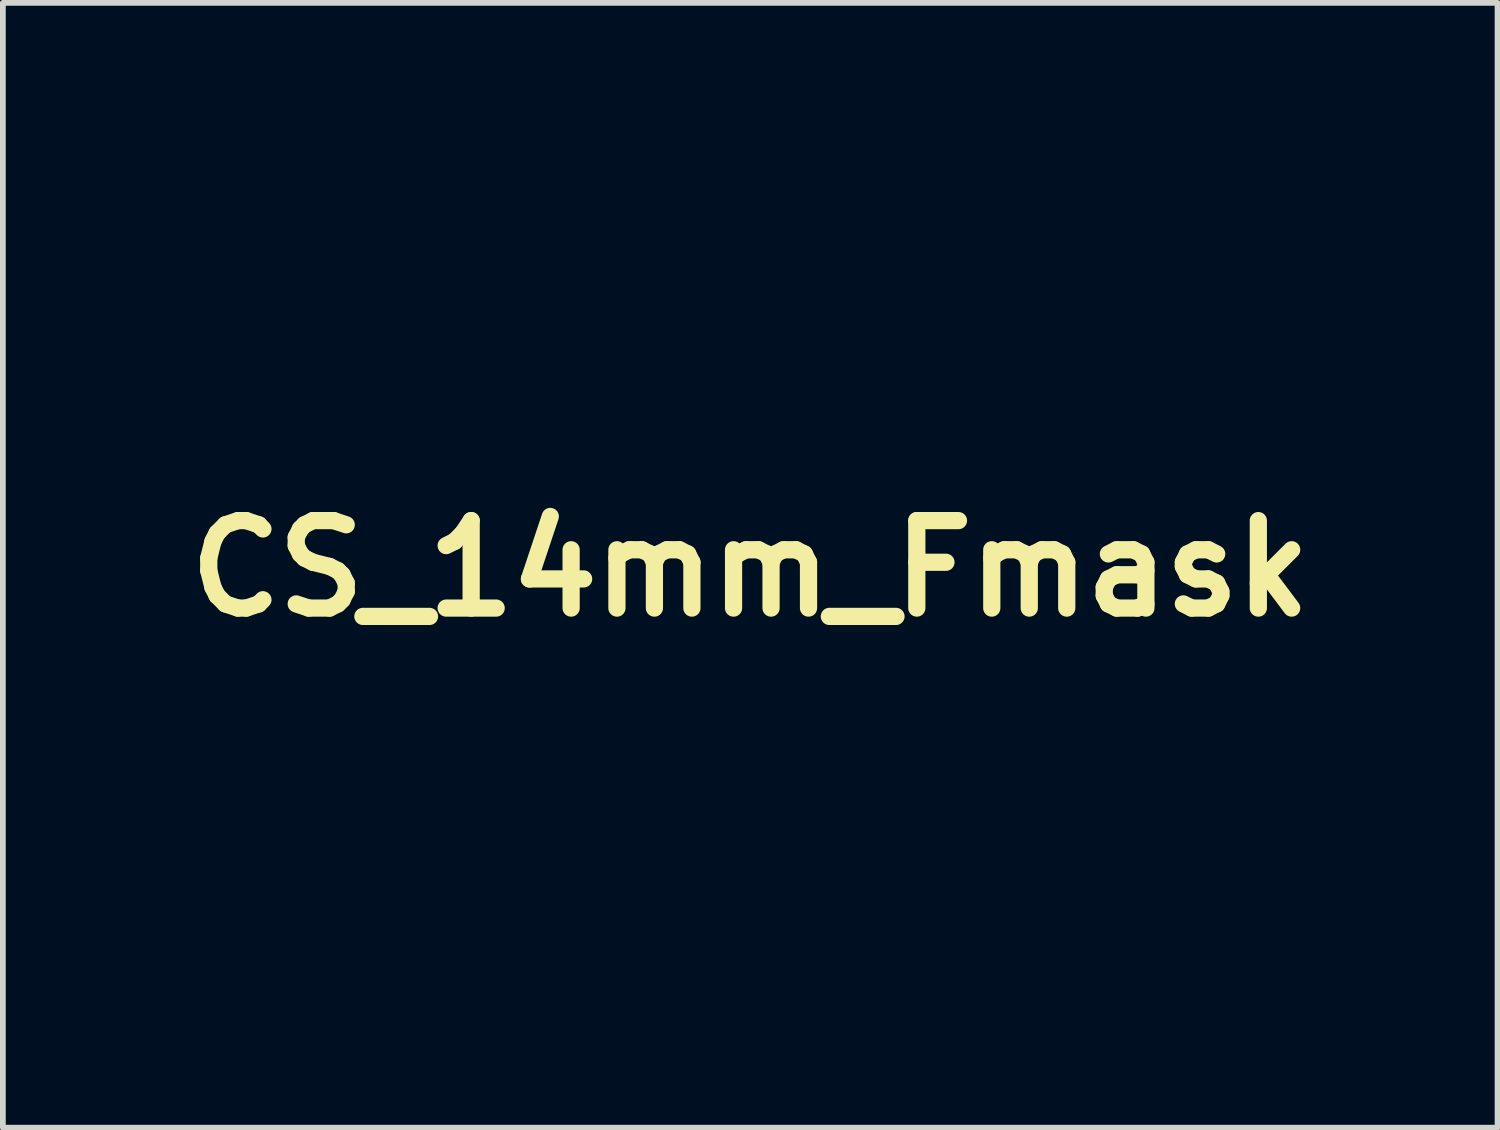
<source format=kicad_pcb>
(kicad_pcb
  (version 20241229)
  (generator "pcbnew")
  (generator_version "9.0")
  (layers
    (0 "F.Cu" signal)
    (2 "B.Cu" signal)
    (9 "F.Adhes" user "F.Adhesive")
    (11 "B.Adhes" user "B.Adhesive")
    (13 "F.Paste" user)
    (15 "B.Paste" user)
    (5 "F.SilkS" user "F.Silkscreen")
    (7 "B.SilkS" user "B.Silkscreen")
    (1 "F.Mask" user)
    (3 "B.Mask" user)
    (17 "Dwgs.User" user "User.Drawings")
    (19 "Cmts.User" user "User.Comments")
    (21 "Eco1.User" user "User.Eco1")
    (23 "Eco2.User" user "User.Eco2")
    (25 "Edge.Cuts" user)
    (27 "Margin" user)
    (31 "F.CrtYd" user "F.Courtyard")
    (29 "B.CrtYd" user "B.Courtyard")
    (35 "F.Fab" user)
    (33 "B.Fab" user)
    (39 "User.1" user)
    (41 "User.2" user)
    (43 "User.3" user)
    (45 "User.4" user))
  (footprint "CS_14mm_Fmask"
    (layer "F.Cu")
    (at 10.022 6.856)
    (property "Reference" "CS_14mm_Fmask" (at 0 0 0) (layer "F.SilkS") (effects (font (size 1.524 1.524) (thickness 0.3))))
    (attr through_hole)
    (fp_poly (pts (xy 4.249 0.185) (xy 4.229 0.356) (xy 4.217 0.503) (xy 4.216 0.54) (xy 4.21 0.602) (xy 4.181 0.638) (xy 4.112 0.651) (xy 3.987 0.642) (xy 3.792 0.61) (xy 3.589 0.572) (xy 3.19 0.496) (xy 3.221 0.343) (xy 3.243 0.188) (xy 3.251 0.07) (xy 3.255 0.015) (xy 3.279 -0.02) (xy 3.34 -0.039) (xy 3.459 -0.048) (xy 3.652 -0.051) (xy 3.766 -0.051) (xy 4.281 -0.051) (xy 4.249 0.185)) (stroke (width 0.01) (type solid)) (fill yes) (layer "F.Mask"))
    (fp_poly (pts (xy 3.174 0.982) (xy 3.306 1.025) (xy 3.475 1.085) (xy 3.656 1.152) (xy 3.822 1.217) (xy 3.949 1.271) (xy 4.011 1.303) (xy 4.013 1.307) (xy 3.991 1.386) (xy 3.936 1.515) (xy 3.863 1.662) (xy 3.787 1.8) (xy 3.723 1.898) (xy 3.689 1.93) (xy 3.622 1.905) (xy 3.492 1.839) (xy 3.323 1.745) (xy 3.251 1.703) (xy 3.081 1.597) (xy 2.951 1.507) (xy 2.881 1.449) (xy 2.874 1.436) (xy 2.88 1.416) (xy 2.946 1.416) (xy 2.988 1.462) (xy 3.098 1.54) (xy 3.256 1.637) (xy 3.315 1.67) (xy 3.683 1.874) (xy 3.818 1.61) (xy 3.887 1.467) (xy 3.93 1.364) (xy 3.937 1.33) (xy 3.885 1.305) (xy 3.767 1.258) (xy 3.609 1.198) (xy 3.439 1.135) (xy 3.283 1.08) (xy 3.168 1.041) (xy 3.121 1.03) (xy 3.078 1.103) (xy 3.022 1.219) (xy 2.972 1.336) (xy 2.947 1.411) (xy 2.946 1.416) (xy 2.88 1.416) (xy 2.899 1.348) (xy 2.952 1.223) (xy 3.015 1.095) (xy 3.072 0.998) (xy 3.104 0.965) (xy 3.174 0.982)) (stroke (width 0.01) (type solid)) (fill yes) (layer "F.Mask"))
    (fp_poly (pts (xy 4.011 -1.378) (xy 4.052 -1.267) (xy 4.1 -1.118) (xy 4.147 -0.961) (xy 4.181 -0.827) (xy 4.181 -0.826) (xy 4.195 -0.737) (xy 4.191 -0.711) (xy 4.137 -0.702) (xy 4.008 -0.679) (xy 3.829 -0.645) (xy 3.776 -0.635) (xy 3.534 -0.59) (xy 3.372 -0.568) (xy 3.272 -0.575) (xy 3.214 -0.617) (xy 3.178 -0.699) (xy 3.149 -0.816) (xy 3.118 -0.964) (xy 3.11 -1.023) (xy 3.15 -1.023) (xy 3.168 -0.91) (xy 3.211 -0.78) (xy 3.263 -0.669) (xy 3.31 -0.613) (xy 3.317 -0.611) (xy 3.395 -0.622) (xy 3.541 -0.646) (xy 3.722 -0.68) (xy 3.898 -0.717) (xy 4.032 -0.752) (xy 4.095 -0.777) (xy 4.096 -0.777) (xy 4.108 -0.846) (xy 4.089 -0.969) (xy 4.049 -1.112) (xy 4 -1.238) (xy 3.952 -1.313) (xy 3.935 -1.321) (xy 3.852 -1.304) (xy 3.715 -1.261) (xy 3.549 -1.203) (xy 3.384 -1.139) (xy 3.246 -1.08) (xy 3.162 -1.036) (xy 3.15 -1.023) (xy 3.11 -1.023) (xy 3.104 -1.066) (xy 3.107 -1.092) (xy 3.159 -1.116) (xy 3.28 -1.164) (xy 3.443 -1.227) (xy 3.621 -1.294) (xy 3.789 -1.356) (xy 3.919 -1.402) (xy 3.985 -1.422) (xy 3.987 -1.422) (xy 4.011 -1.378)) (stroke (width 0.01) (type solid)) (fill yes) (layer "F.Mask"))
    (fp_poly (pts (xy 0.948 -6.831) (xy 1.372 -6.779) (xy 1.82 -6.69) (xy 2.108 -6.62) (xy 2.319 -6.558) (xy 2.565 -6.473) (xy 2.826 -6.373) (xy 3.083 -6.268) (xy 3.316 -6.164) (xy 3.506 -6.071) (xy 3.633 -5.996) (xy 3.674 -5.959) (xy 3.66 -5.903) (xy 3.609 -5.783) (xy 3.531 -5.623) (xy 3.44 -5.449) (xy 3.348 -5.283) (xy 3.268 -5.151) (xy 3.224 -5.089) (xy 3.176 -5.103) (xy 3.06 -5.153) (xy 2.9 -5.229) (xy 2.863 -5.248) (xy 2.63 -5.364) (xy 2.471 -5.434) (xy 2.366 -5.453) (xy 2.295 -5.417) (xy 2.24 -5.322) (xy 2.181 -5.164) (xy 2.157 -5.094) (xy 2.088 -4.907) (xy 2.03 -4.759) (xy 1.992 -4.673) (xy 1.986 -4.664) (xy 1.926 -4.659) (xy 1.795 -4.68) (xy 1.622 -4.722) (xy 1.6 -4.728) (xy 1.419 -4.774) (xy 1.273 -4.802) (xy 1.193 -4.807) (xy 1.19 -4.806) (xy 1.159 -4.75) (xy 1.121 -4.617) (xy 1.084 -4.432) (xy 1.07 -4.346) (xy 1.005 -3.907) (xy 0.655 -3.941) (xy 0.305 -3.976) (xy 0.305 -2.997) (xy 0.087 -2.997) (xy -0.339 -2.95) (xy -0.77 -2.814) (xy -1.19 -2.601) (xy -1.583 -2.323) (xy -1.931 -1.99) (xy -2.219 -1.614) (xy -2.355 -1.372) (xy -2.561 -0.852) (xy -2.666 -0.337) (xy -2.67 0.178) (xy -2.574 0.696) (xy -2.377 1.222) (xy -2.339 1.3) (xy -2.081 1.717) (xy -1.744 2.092) (xy -1.348 2.41) (xy -0.911 2.656) (xy -0.451 2.817) (xy -0.431 2.821) (xy -0.035 2.882) (xy 0.392 2.895) (xy 0.803 2.859) (xy 0.991 2.823) (xy 1.156 2.79) (xy 1.279 2.777) (xy 1.329 2.785) (xy 1.36 2.846) (xy 1.414 2.978) (xy 1.48 3.156) (xy 1.501 3.214) (xy 1.572 3.409) (xy 1.625 3.524) (xy 1.671 3.576) (xy 1.722 3.583) (xy 1.747 3.577) (xy 1.903 3.514) (xy 2.105 3.412) (xy 2.317 3.291) (xy 2.503 3.171) (xy 2.594 3.103) (xy 2.763 2.962) (xy 2.474 2.621) (xy 2.344 2.465) (xy 2.245 2.336) (xy 2.19 2.257) (xy 2.184 2.243) (xy 2.218 2.189) (xy 2.304 2.091) (xy 2.378 2.016) (xy 2.571 1.827) (xy 3.302 2.442) (xy 4.032 3.056) (xy 4.125 2.938) (xy 4.209 2.823) (xy 4.313 2.67) (xy 4.357 2.604) (xy 4.442 2.48) (xy 4.507 2.402) (xy 4.527 2.388) (xy 4.582 2.411) (xy 4.704 2.474) (xy 4.872 2.566) (xy 4.971 2.621) (xy 5.162 2.731) (xy 5.28 2.806) (xy 5.336 2.86) (xy 5.346 2.91) (xy 5.323 2.969) (xy 5.313 2.989) (xy 5.249 3.096) (xy 5.144 3.252) (xy 5.021 3.425) (xy 5.007 3.444) (xy 4.772 3.764) (xy 4.405 3.459) (xy 4.039 3.154) (xy 3.772 3.417) (xy 3.643 3.548) (xy 3.548 3.651) (xy 3.506 3.706) (xy 3.505 3.709) (xy 3.536 3.755) (xy 3.622 3.867) (xy 3.753 4.03) (xy 3.918 4.232) (xy 4.091 4.441) (xy 4.31 4.702) (xy 4.467 4.897) (xy 4.564 5.043) (xy 4.601 5.155) (xy 4.576 5.248) (xy 4.491 5.34) (xy 4.345 5.446) (xy 4.138 5.581) (xy 4.09 5.613) (xy 3.504 5.966) (xy 2.912 6.25) (xy 2.281 6.479) (xy 1.808 6.612) (xy 1.626 6.653) (xy 1.433 6.683) (xy 1.208 6.705) (xy 0.931 6.72) (xy 0.58 6.73) (xy 0.432 6.732) (xy 0.121 6.736) (xy -0.163 6.737) (xy -0.4 6.736) (xy -0.572 6.732) (xy -0.66 6.725) (xy -1.227 6.61) (xy -1.724 6.477) (xy -2.182 6.317) (xy -2.633 6.119) (xy -2.85 6.011) (xy -3.564 5.586) (xy -4.212 5.087) (xy -4.411 4.892) (xy 0.305 4.892) (xy 0.305 5.755) (xy 0.775 5.726) (xy 1.05 5.697) (xy 1.366 5.648) (xy 1.663 5.588) (xy 1.735 5.57) (xy 2.018 5.486) (xy 2.334 5.375) (xy 2.624 5.258) (xy 2.688 5.229) (xy 3.087 5.043) (xy 3.261 5.043) (xy 3.416 5.303) (xy 3.513 5.466) (xy 3.6 5.609) (xy 3.64 5.676) (xy 3.71 5.79) (xy 3.951 5.641) (xy 4.136 5.517) (xy 4.324 5.376) (xy 4.393 5.319) (xy 4.593 5.146) (xy 4.341 4.837) (xy 4.218 4.69) (xy 4.117 4.58) (xy 4.057 4.527) (xy 4.051 4.524) (xy 3.994 4.55) (xy 3.876 4.622) (xy 3.717 4.727) (xy 3.636 4.782) (xy 3.261 5.043) (xy 3.087 5.043) (xy 3.15 5.014) (xy 2.965 4.679) (xy 2.872 4.512) (xy 2.794 4.38) (xy 2.749 4.308) (xy 2.746 4.304) (xy 2.687 4.306) (xy 2.561 4.345) (xy 2.391 4.414) (xy 2.332 4.44) (xy 1.767 4.656) (xy 1.166 4.802) (xy 0.725 4.86) (xy 0.305 4.892) (xy -4.411 4.892) (xy -4.681 4.626) (xy -0.488 4.626) (xy -0.486 4.707) (xy -0.486 4.709) (xy -0.418 4.756) (xy -0.266 4.788) (xy -0.049 4.806) (xy 0.217 4.809) (xy 0.514 4.796) (xy 0.826 4.767) (xy 0.965 4.748) (xy 1.654 4.599) (xy 2.303 4.359) (xy 2.906 4.03) (xy 3.456 3.618) (xy 3.732 3.356) (xy 3.985 3.098) (xy 3.784 2.933) (xy 3.637 2.812) (xy 3.5 2.697) (xy 3.457 2.66) (xy 3.33 2.551) (xy 3.039 2.819) (xy 2.623 3.153) (xy 2.147 3.449) (xy 1.654 3.68) (xy 1.534 3.725) (xy 1.34 3.789) (xy 1.168 3.834) (xy 0.99 3.865) (xy 0.777 3.886) (xy 0.503 3.902) (xy 0.356 3.908) (xy -0.38 3.937) (xy -0.444 4.293) (xy -0.473 4.477) (xy -0.488 4.626) (xy -4.681 4.626) (xy -4.791 4.518) (xy -5.295 3.883) (xy -5.722 3.189) (xy -5.857 2.897) (xy -4.729 2.897) (xy -4.467 3.277) (xy -4.353 3.446) (xy -4.273 3.553) (xy -4.205 3.598) (xy -4.128 3.584) (xy -4.019 3.51) (xy -3.857 3.377) (xy -3.77 3.306) (xy -3.651 3.202) (xy -3.573 3.119) (xy -3.556 3.087) (xy -3.585 3.025) (xy -3.659 2.911) (xy -3.731 2.813) (xy -3.831 2.677) (xy -3.903 2.568) (xy -3.927 2.524) (xy -3.983 2.508) (xy -4.115 2.552) (xy -4.319 2.654) (xy -4.562 2.795) (xy -4.729 2.897) (xy -5.857 2.897) (xy -6.068 2.439) (xy -6.33 1.64) (xy -6.434 1.187) (xy -6.489 0.807) (xy -6.519 0.36) (xy -6.525 -0.102) (xy -6.473 -0.102) (xy -6.469 0.326) (xy -6.452 0.656) (xy -6.422 0.887) (xy -6.378 1.024) (xy -6.322 1.067) (xy -6.238 1.059) (xy -6.087 1.037) (xy -5.906 1.008) (xy -5.563 0.949) (xy -5.561 0.576) (xy -4.521 0.576) (xy -4.493 0.85) (xy -4.415 1.182) (xy -4.295 1.547) (xy -4.144 1.92) (xy -3.969 2.277) (xy -3.795 2.57) (xy -3.661 2.761) (xy -3.503 2.964) (xy -3.337 3.164) (xy -3.177 3.344) (xy -3.036 3.487) (xy -2.93 3.579) (xy -2.878 3.604) (xy -2.82 3.566) (xy -2.72 3.466) (xy -2.597 3.327) (xy -2.572 3.297) (xy -2.326 2.993) (xy -2.575 2.729) (xy -2.883 2.365) (xy -3.142 1.975) (xy -3.294 1.693) (xy -3.397 1.462) (xy -3.494 1.197) (xy -3.576 0.928) (xy -3.633 0.686) (xy -3.657 0.503) (xy -3.658 0.489) (xy -3.658 0.341) (xy -3.97 0.374) (xy -4.158 0.391) (xy -4.321 0.403) (xy -4.402 0.406) (xy -4.484 0.422) (xy -4.517 0.489) (xy -4.521 0.576) (xy -5.561 0.576) (xy -5.56 -0.046) (xy -5.558 -0.263) (xy -3.605 -0.263) (xy -3.598 -0.004) (xy -3.595 0.064) (xy -3.58 0.377) (xy -3.559 0.618) (xy -3.525 0.819) (xy -3.476 1.01) (xy -3.433 1.143) (xy -3.18 1.74) (xy -2.847 2.275) (xy -2.436 2.746) (xy -2.199 2.959) (xy -1.952 3.141) (xy -1.666 3.319) (xy -1.364 3.48) (xy -1.069 3.613) (xy -0.803 3.708) (xy -0.589 3.753) (xy -0.555 3.755) (xy -0.49 3.751) (xy -0.446 3.721) (xy -0.414 3.644) (xy -0.384 3.501) (xy -0.358 3.351) (xy -0.33 3.161) (xy -0.313 3.014) (xy -0.311 2.973) (xy 0.874 2.973) (xy 0.886 3.104) (xy 0.91 3.285) (xy 0.92 3.348) (xy 0.959 3.568) (xy 1.004 3.701) (xy 1.075 3.759) (xy 1.186 3.757) (xy 1.357 3.707) (xy 1.377 3.701) (xy 1.495 3.659) (xy 1.562 3.632) (xy 1.566 3.63) (xy 1.557 3.579) (xy 1.521 3.457) (xy 1.464 3.286) (xy 1.443 3.226) (xy 1.304 2.835) (xy 1.098 2.867) (xy 0.966 2.892) (xy 0.884 2.913) (xy 0.875 2.918) (xy 0.874 2.973) (xy -0.311 2.973) (xy -0.309 2.936) (xy -0.311 2.93) (xy -0.365 2.909) (xy -0.491 2.867) (xy -0.662 2.813) (xy -0.686 2.805) (xy -1.154 2.607) (xy -1.578 2.326) (xy -1.948 1.975) (xy -2.257 1.565) (xy -2.497 1.108) (xy -2.658 0.618) (xy -2.733 0.105) (xy -2.734 -0.177) (xy -2.718 -0.533) (xy -3.092 -0.6) (xy -3.285 -0.629) (xy -3.444 -0.642) (xy -3.538 -0.639) (xy -3.543 -0.637) (xy -3.574 -0.611) (xy -3.594 -0.551) (xy -3.604 -0.44) (xy -3.605 -0.263) (xy -5.558 -0.263) (xy -5.558 -0.4) (xy -5.556 -0.483) (xy -4.547 -0.483) (xy -4.293 -0.451) (xy -4.101 -0.434) (xy -3.918 -0.426) (xy -3.861 -0.426) (xy -3.753 -0.436) (xy -3.696 -0.474) (xy -3.666 -0.569) (xy -3.65 -0.669) (xy -3.518 -1.245) (xy -3.296 -1.793) (xy -2.992 -2.302) (xy -2.754 -2.594) (xy -2.642 -2.594) (xy -2.605 -2.546) (xy -2.509 -2.451) (xy -2.372 -2.328) (xy -2.331 -2.294) (xy -2.021 -2.031) (xy -1.754 -2.276) (xy -1.564 -2.429) (xy -1.335 -2.588) (xy -1.137 -2.704) (xy -0.929 -2.805) (xy -0.717 -2.892) (xy -0.548 -2.948) (xy -0.546 -2.949) (xy -0.426 -2.981) (xy -0.352 -3.019) (xy -0.318 -3.083) (xy -0.318 -3.194) (xy -0.344 -3.373) (xy -0.366 -3.504) (xy -0.401 -3.69) (xy -0.443 -3.803) (xy -0.512 -3.852) (xy -0.627 -3.847) (xy -0.809 -3.795) (xy -0.929 -3.755) (xy -1.492 -3.516) (xy -2 -3.199) (xy -2.287 -2.96) (xy -2.44 -2.815) (xy -2.56 -2.694) (xy -2.63 -2.614) (xy -2.642 -2.594) (xy -2.754 -2.594) (xy -2.616 -2.764) (xy -2.176 -3.167) (xy -1.683 -3.503) (xy -1.144 -3.762) (xy -0.57 -3.935) (xy -0.559 -3.937) (xy -0.34 -3.976) (xy -0.124 -4.004) (xy 0.029 -4.013) (xy 0.254 -4.013) (xy 0.254 -4.932) (xy 0.089 -4.907) (xy -0.055 -4.887) (xy -0.248 -4.863) (xy -0.38 -4.848) (xy -0.958 -4.74) (xy -1.541 -4.543) (xy -2.107 -4.268) (xy -2.634 -3.925) (xy -3.002 -3.62) (xy -3.376 -3.224) (xy -3.716 -2.767) (xy -4.012 -2.271) (xy -4.252 -1.756) (xy -4.426 -1.244) (xy -4.522 -0.754) (xy -4.529 -0.684) (xy -4.547 -0.483) (xy -5.556 -0.483) (xy -5.552 -0.673) (xy -5.542 -0.886) (xy -5.525 -1.06) (xy -5.5 -1.216) (xy -5.463 -1.376) (xy -5.424 -1.523) (xy -5.369 -1.729) (xy -5.328 -1.895) (xy -5.308 -1.998) (xy -5.307 -2.022) (xy -5.359 -2.046) (xy -5.483 -2.096) (xy -5.654 -2.162) (xy -5.709 -2.182) (xy -6.095 -2.326) (xy -6.196 -2.001) (xy -6.351 -1.394) (xy -6.442 -0.773) (xy -6.473 -0.104) (xy -6.473 -0.102) (xy -6.525 -0.102) (xy -6.526 -0.12) (xy -6.508 -0.601) (xy -6.466 -1.05) (xy -6.408 -1.409) (xy -6.185 -2.224) (xy -5.873 -2.991) (xy -5.472 -3.709) (xy -5.364 -3.856) (xy -4.064 -3.856) (xy -4.028 -3.808) (xy -3.931 -3.715) (xy -3.793 -3.593) (xy -3.754 -3.559) (xy -3.443 -3.3) (xy -3.08 -3.644) (xy -2.885 -3.82) (xy -2.677 -3.994) (xy -2.493 -4.135) (xy -2.438 -4.173) (xy -2.241 -4.294) (xy -2.006 -4.427) (xy -1.814 -4.528) (xy -1.65 -4.609) (xy -1.548 -4.675) (xy -1.503 -4.749) (xy -1.508 -4.853) (xy -1.556 -5.009) (xy -1.631 -5.211) (xy -1.695 -5.367) (xy -1.746 -5.446) (xy -1.8 -5.466) (xy -1.846 -5.456) (xy -1.998 -5.396) (xy -2.207 -5.297) (xy -2.446 -5.172) (xy -2.688 -5.036) (xy -2.904 -4.906) (xy -2.972 -4.861) (xy -3.109 -4.76) (xy -3.278 -4.622) (xy -3.463 -4.461) (xy -3.649 -4.294) (xy -3.818 -4.134) (xy -3.954 -3.997) (xy -4.041 -3.898) (xy -4.064 -3.856) (xy -5.364 -3.856) (xy -4.984 -4.376) (xy -4.548 -4.855) (xy -3.919 -5.418) (xy -3.246 -5.89) (xy -2.529 -6.27) (xy -1.768 -6.559) (xy -1.434 -6.653) (xy -1.427 -6.655) (xy -0.826 -6.655) (xy -0.82 -6.522) (xy -0.796 -6.353) (xy -0.76 -6.176) (xy -0.717 -6.017) (xy -0.673 -5.904) (xy -0.634 -5.861) (xy -0.631 -5.862) (xy -0.553 -5.876) (xy -0.4 -5.894) (xy -0.197 -5.912) (xy -0.066 -5.921) (xy 0.456 -5.928) (xy 1.001 -5.884) (xy 1.527 -5.794) (xy 1.822 -5.717) (xy 2.007 -5.662) (xy 2.151 -5.619) (xy 2.229 -5.596) (xy 2.235 -5.594) (xy 2.262 -5.636) (xy 2.313 -5.752) (xy 2.378 -5.921) (xy 2.405 -5.998) (xy 2.469 -6.185) (xy 2.514 -6.331) (xy 2.533 -6.414) (xy 2.532 -6.424) (xy 2.458 -6.459) (xy 2.307 -6.508) (xy 2.1 -6.564) (xy 1.861 -6.623) (xy 1.612 -6.678) (xy 1.374 -6.724) (xy 1.325 -6.733) (xy 1.044 -6.773) (xy 0.761 -6.796) (xy 0.445 -6.804) (xy 0.064 -6.798) (xy 0.017 -6.797) (xy -0.256 -6.786) (xy -0.494 -6.771) (xy -0.677 -6.754) (xy -0.787 -6.736) (xy -0.81 -6.727) (xy -0.826 -6.655) (xy -1.427 -6.655) (xy -1.196 -6.713) (xy -1.006 -6.756) (xy -0.839 -6.787) (xy -0.668 -6.807) (xy -0.467 -6.822) (xy -0.207 -6.835) (xy 0.007 -6.843) (xy 0.506 -6.851) (xy 0.948 -6.831)) (stroke (width 0.01) (type solid)) (fill yes) (layer "F.Mask")))
  (gr_rect
    (start -3 -3)
    (end 23.044 16.599)
    (stroke (width 0.1) (type default))
    (fill no)
    (layer "Edge.Cuts")))
</source>
